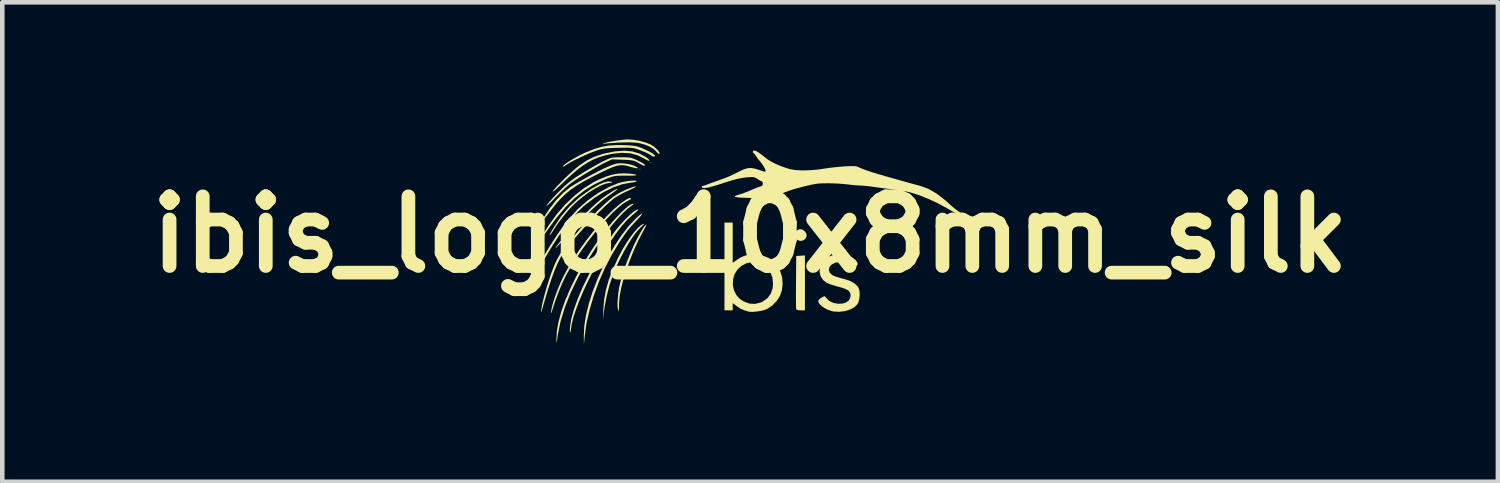
<source format=kicad_pcb>
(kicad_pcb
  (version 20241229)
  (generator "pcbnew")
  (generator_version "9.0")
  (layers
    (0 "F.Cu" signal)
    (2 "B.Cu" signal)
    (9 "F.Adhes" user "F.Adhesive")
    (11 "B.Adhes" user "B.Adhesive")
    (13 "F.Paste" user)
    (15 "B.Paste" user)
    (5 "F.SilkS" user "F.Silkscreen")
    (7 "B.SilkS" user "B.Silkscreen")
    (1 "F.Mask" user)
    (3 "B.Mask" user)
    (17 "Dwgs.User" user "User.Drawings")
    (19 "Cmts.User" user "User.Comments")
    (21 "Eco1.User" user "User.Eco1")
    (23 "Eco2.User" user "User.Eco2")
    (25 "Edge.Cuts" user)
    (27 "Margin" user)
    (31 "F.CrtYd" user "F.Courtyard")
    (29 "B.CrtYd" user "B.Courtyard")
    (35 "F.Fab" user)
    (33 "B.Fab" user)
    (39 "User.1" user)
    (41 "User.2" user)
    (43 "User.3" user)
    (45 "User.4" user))
  (footprint "ibis_logo_10x8mm_silk"
    (layer "F.Cu")
    (at 13.36 2.08)
    (property "Reference" "ibis_logo_10x8mm_silk" (at 0 0 0) (layer "F.SilkS") (effects (font (size 1.524 1.524) (thickness 0.3))))
    (attr board_only exclude_from_pos_files exclude_from_bom)
    (fp_poly (pts (xy -2.4 -1.43) (xy -2.41 -1.42) (xy -2.42 -1.43) (xy -2.41 -1.44)) (stroke (width 0) (type solid)) (fill yes) (layer "F.SilkS"))
    (fp_poly (pts (xy -2.16 -1.57) (xy -2.17 -1.56) (xy -2.18 -1.57) (xy -2.17 -1.58)) (stroke (width 0) (type solid)) (fill yes) (layer "F.SilkS"))
    (fp_poly (pts (xy 1.138 -0.11) (xy 1.187 -0.079) (xy 1.231 -0.024) (xy 1.236 0.038) (xy 1.209 0.096) (xy 1.163 0.13) (xy 1.102 0.14) (xy 1.042 0.125) (xy 1.013 0.103) (xy 0.984 0.048) (xy 0.982 -0.016) (xy 1.006 -0.071) (xy 1.024 -0.089) (xy 1.083 -0.117)) (stroke (width 0) (type solid)) (fill yes) (layer "F.SilkS"))
    (fp_poly (pts (xy 1.2 1.66) (xy 1.109 1.66) (xy 1.048 1.655) (xy 1.013 1.64) (xy 1.009 1.635) (xy 1.007 1.609) (xy 1.005 1.548) (xy 1.004 1.458) (xy 1.003 1.344) (xy 1.004 1.212) (xy 1.004 1.066) (xy 1.005 1.04) (xy 1.01 0.47) (xy 1.2 0.458)) (stroke (width 0) (type solid)) (fill yes) (layer "F.SilkS"))
    (fp_poly (pts (xy -2.325 -0.224) (xy -2.354 -0.191) (xy -2.401 -0.147) (xy -2.478 -0.064) (xy -2.564 0.05) (xy -2.654 0.189) (xy -2.746 0.346) (xy -2.836 0.516) (xy -2.919 0.691) (xy -2.992 0.865) (xy -3.01 0.91) (xy -3.078 1.117) (xy -3.136 1.343) (xy -3.18 1.57) (xy -3.199 1.701) (xy -3.218 1.87) (xy -3.21 1.64) (xy -3.193 1.425) (xy -3.153 1.211) (xy -3.09 0.989) (xy -3 0.755) (xy -2.883 0.5) (xy -2.882 0.499) (xy -2.8 0.343) (xy -2.712 0.195) (xy -2.622 0.061) (xy -2.534 -0.054) (xy -2.452 -0.146) (xy -2.381 -0.207) (xy -2.358 -0.221) (xy -2.326 -0.234)) (stroke (width 0) (type solid)) (fill yes) (layer "F.SilkS"))
    (fp_poly (pts (xy -3.043 -1.156) (xy -3.016 -1.146) (xy -3.022 -1.135) (xy -3.064 -1.128) (xy -3.079 -1.127) (xy -3.164 -1.111) (xy -3.27 -1.069) (xy -3.39 -1.006) (xy -3.519 -0.926) (xy -3.649 -0.832) (xy -3.775 -0.729) (xy -3.887 -0.625) (xy -3.989 -0.514) (xy -4.096 -0.385) (xy -4.198 -0.251) (xy -4.285 -0.124) (xy -4.327 -0.055) (xy -4.356 -0.009) (xy -4.379 0.017) (xy -4.385 0.02) (xy -4.382 0.004) (xy -4.362 -0.038) (xy -4.329 -0.1) (xy -4.308 -0.135) (xy -4.135 -0.397) (xy -3.94 -0.625) (xy -3.722 -0.824) (xy -3.477 -0.996) (xy -3.309 -1.091) (xy -3.207 -1.137) (xy -3.123 -1.158) (xy -3.1 -1.16)) (stroke (width 0) (type solid)) (fill yes) (layer "F.SilkS"))
    (fp_poly (pts (xy -2.367 -0.439) (xy -2.4 -0.396) (xy -2.464 -0.327) (xy -2.466 -0.325) (xy -2.547 -0.24) (xy -2.615 -0.165) (xy -2.677 -0.089) (xy -2.74 -0.004) (xy -2.812 0.1) (xy -2.865 0.18) (xy -3.027 0.447) (xy -3.176 0.735) (xy -3.309 1.038) (xy -3.422 1.346) (xy -3.513 1.653) (xy -3.58 1.95) (xy -3.617 2.22) (xy -3.635 2.41) (xy -3.637 2.203) (xy -3.626 1.993) (xy -3.588 1.76) (xy -3.527 1.512) (xy -3.445 1.253) (xy -3.344 0.99) (xy -3.228 0.729) (xy -3.098 0.475) (xy -2.958 0.235) (xy -2.809 0.013) (xy -2.656 -0.184) (xy -2.504 -0.345) (xy -2.432 -0.41) (xy -2.384 -0.447) (xy -2.361 -0.457)) (stroke (width 0) (type solid)) (fill yes) (layer "F.SilkS"))
    (fp_poly (pts (xy -2.547 -2.071) (xy -2.416 -2.048) (xy -2.29 -2.014) (xy -2.186 -1.973) (xy -2.182 -1.971) (xy -2.118 -1.932) (xy -2.058 -1.883) (xy -2.009 -1.833) (xy -1.983 -1.791) (xy -1.98 -1.778) (xy -1.99 -1.76) (xy -2.016 -1.774) (xy -2.054 -1.817) (xy -2.058 -1.822) (xy -2.119 -1.878) (xy -2.212 -1.93) (xy -2.328 -1.974) (xy -2.438 -2.001) (xy -2.522 -2.011) (xy -2.637 -2.016) (xy -2.775 -2.014) (xy -2.928 -2.008) (xy -3.089 -1.996) (xy -3.15 -1.99) (xy -3.205 -1.985) (xy -3.223 -1.986) (xy -3.208 -1.994) (xy -3.19 -2) (xy -3.123 -2.018) (xy -3.029 -2.036) (xy -2.922 -2.054) (xy -2.815 -2.068) (xy -2.721 -2.078) (xy -2.666 -2.08)) (stroke (width 0) (type solid)) (fill yes) (layer "F.SilkS"))
    (fp_poly (pts (xy -2.901 -0.995) (xy -2.918 -0.975) (xy -2.962 -0.94) (xy -3.032 -0.89) (xy -3.069 -0.865) (xy -3.217 -0.756) (xy -3.383 -0.615) (xy -3.564 -0.443) (xy -3.76 -0.242) (xy -3.966 -0.015) (xy -3.983 0.005) (xy -4.065 0.098) (xy -4.138 0.178) (xy -4.197 0.242) (xy -4.238 0.285) (xy -4.259 0.304) (xy -4.26 0.304) (xy -4.247 0.278) (xy -4.211 0.228) (xy -4.156 0.157) (xy -4.086 0.073) (xy -4.005 -0.022) (xy -3.918 -0.122) (xy -3.828 -0.222) (xy -3.74 -0.318) (xy -3.658 -0.404) (xy -3.621 -0.441) (xy -3.48 -0.579) (xy -3.357 -0.691) (xy -3.245 -0.785) (xy -3.136 -0.864) (xy -3.024 -0.937) (xy -3.023 -0.937) (xy -2.952 -0.978) (xy -2.912 -0.996)) (stroke (width 0) (type solid)) (fill yes) (layer "F.SilkS"))
    (fp_poly (pts (xy -2.269 -0.215) (xy -2.274 -0.195) (xy -2.296 -0.149) (xy -2.33 -0.085) (xy -2.349 -0.05) (xy -2.447 0.136) (xy -2.544 0.35) (xy -2.637 0.582) (xy -2.711 0.79) (xy -2.775 0.997) (xy -2.821 1.177) (xy -2.851 1.338) (xy -2.865 1.488) (xy -2.866 1.524) (xy -2.868 1.597) (xy -2.871 1.652) (xy -2.872 1.679) (xy -2.873 1.68) (xy -2.881 1.664) (xy -2.888 1.648) (xy -2.898 1.594) (xy -2.9 1.51) (xy -2.895 1.406) (xy -2.884 1.292) (xy -2.867 1.176) (xy -2.859 1.135) (xy -2.817 0.963) (xy -2.756 0.769) (xy -2.681 0.562) (xy -2.595 0.354) (xy -2.52 0.19) (xy -2.465 0.081) (xy -2.411 -0.019) (xy -2.361 -0.103) (xy -2.319 -0.168) (xy -2.287 -0.207) (xy -2.269 -0.215)) (stroke (width 0) (type solid)) (fill yes) (layer "F.SilkS"))
    (fp_poly (pts (xy -2.557 -0.657) (xy -2.594 -0.629) (xy -2.683 -0.561) (xy -2.787 -0.463) (xy -2.902 -0.341) (xy -3.023 -0.199) (xy -3.146 -0.043) (xy -3.267 0.123) (xy -3.333 0.22) (xy -3.566 0.587) (xy -3.764 0.939) (xy -3.926 1.276) (xy -4.054 1.6) (xy -4.149 1.912) (xy -4.21 2.213) (xy -4.226 2.34) (xy -4.231 2.366) (xy -4.234 2.352) (xy -4.237 2.299) (xy -4.237 2.298) (xy -4.227 2.114) (xy -4.19 1.906) (xy -4.128 1.678) (xy -4.04 1.433) (xy -3.93 1.176) (xy -3.799 0.909) (xy -3.649 0.637) (xy -3.48 0.363) (xy -3.296 0.09) (xy -3.201 -0.04) (xy -3.112 -0.155) (xy -3.016 -0.27) (xy -2.918 -0.379) (xy -2.823 -0.478) (xy -2.737 -0.56) (xy -2.666 -0.62) (xy -2.623 -0.648) (xy -2.572 -0.671) (xy -2.549 -0.673)) (stroke (width 0) (type solid)) (fill yes) (layer "F.SilkS"))
    (fp_poly (pts (xy -2.576 -1.817) (xy -2.418 -1.77) (xy -2.278 -1.693) (xy -2.24 -1.664) (xy -2.205 -1.63) (xy -2.201 -1.613) (xy -2.224 -1.615) (xy -2.269 -1.634) (xy -2.311 -1.658) (xy -2.461 -1.733) (xy -2.625 -1.776) (xy -2.808 -1.787) (xy -3.01 -1.766) (xy -3.165 -1.732) (xy -3.298 -1.693) (xy -3.421 -1.644) (xy -3.542 -1.582) (xy -3.664 -1.503) (xy -3.794 -1.404) (xy -3.935 -1.282) (xy -4.095 -1.132) (xy -4.145 -1.083) (xy -4.211 -1.02) (xy -4.266 -0.971) (xy -4.304 -0.943) (xy -4.32 -0.937) (xy -4.32 -0.938) (xy -4.306 -0.963) (xy -4.267 -1.009) (xy -4.209 -1.072) (xy -4.137 -1.145) (xy -4.056 -1.225) (xy -3.972 -1.305) (xy -3.889 -1.381) (xy -3.813 -1.448) (xy -3.749 -1.5) (xy -3.74 -1.507) (xy -3.578 -1.616) (xy -3.415 -1.697) (xy -3.233 -1.759) (xy -3.182 -1.773) (xy -2.956 -1.818) (xy -2.755 -1.833)) (stroke (width 0) (type solid)) (fill yes) (layer "F.SilkS"))
    (fp_poly (pts (xy -2.714 -1.336) (xy -2.628 -1.33) (xy -2.554 -1.322) (xy -2.504 -1.311) (xy -2.493 -1.307) (xy -2.487 -1.298) (xy -2.51 -1.292) (xy -2.564 -1.288) (xy -2.653 -1.287) (xy -2.713 -1.287) (xy -2.82 -1.287) (xy -2.899 -1.284) (xy -2.961 -1.278) (xy -3.017 -1.265) (xy -3.078 -1.244) (xy -3.155 -1.215) (xy -3.398 -1.102) (xy -3.625 -0.963) (xy -3.84 -0.793) (xy -4.045 -0.59) (xy -4.245 -0.352) (xy -4.346 -0.215) (xy -4.422 -0.109) (xy -4.478 -0.032) (xy -4.517 0.019) (xy -4.542 0.048) (xy -4.555 0.057) (xy -4.56 0.052) (xy -4.56 0.048) (xy -4.55 0.028) (xy -4.521 -0.019) (xy -4.477 -0.088) (xy -4.423 -0.172) (xy -4.387 -0.227) (xy -4.225 -0.45) (xy -4.043 -0.658) (xy -3.846 -0.846) (xy -3.642 -1.008) (xy -3.434 -1.139) (xy -3.318 -1.198) (xy -3.157 -1.265) (xy -3.017 -1.308) (xy -2.885 -1.332) (xy -2.751 -1.338)) (stroke (width 0) (type solid)) (fill yes) (layer "F.SilkS"))
    (fp_poly (pts (xy -2.601 -0.793) (xy -2.611 -0.774) (xy -2.651 -0.748) (xy -2.676 -0.735) (xy -2.77 -0.68) (xy -2.879 -0.593) (xy -3.001 -0.481) (xy -3.132 -0.345) (xy -3.269 -0.192) (xy -3.408 -0.025) (xy -3.546 0.152) (xy -3.679 0.335) (xy -3.804 0.519) (xy -3.917 0.699) (xy -4.015 0.873) (xy -4.048 0.937) (xy -4.119 1.089) (xy -4.191 1.263) (xy -4.258 1.443) (xy -4.31 1.6) (xy -4.333 1.677) (xy -4.348 1.717) (xy -4.354 1.725) (xy -4.354 1.701) (xy -4.351 1.673) (xy -4.334 1.582) (xy -4.302 1.466) (xy -4.257 1.331) (xy -4.203 1.187) (xy -4.142 1.044) (xy -4.091 0.933) (xy -3.989 0.741) (xy -3.869 0.541) (xy -3.735 0.338) (xy -3.589 0.137) (xy -3.437 -0.058) (xy -3.282 -0.241) (xy -3.129 -0.407) (xy -2.981 -0.553) (xy -2.842 -0.672) (xy -2.72 -0.757) (xy -2.67 -0.784) (xy -2.631 -0.799) (xy -2.625 -0.8)) (stroke (width 0) (type solid)) (fill yes) (layer "F.SilkS"))
    (fp_poly (pts (xy -2.444 -0.546) (xy -2.46 -0.523) (xy -2.506 -0.481) (xy -2.552 -0.443) (xy -2.677 -0.331) (xy -2.808 -0.186) (xy -2.944 -0.008) (xy -3.088 0.204) (xy -3.241 0.453) (xy -3.339 0.625) (xy -3.454 0.838) (xy -3.56 1.051) (xy -3.657 1.261) (xy -3.741 1.461) (xy -3.811 1.648) (xy -3.865 1.814) (xy -3.901 1.956) (xy -3.912 2.026) (xy -3.923 2.103) (xy -3.934 2.141) (xy -3.941 2.142) (xy -3.943 2.105) (xy -3.94 2.033) (xy -3.938 2.011) (xy -3.91 1.842) (xy -3.856 1.646) (xy -3.775 1.421) (xy -3.729 1.307) (xy -3.648 1.124) (xy -3.55 0.925) (xy -3.441 0.717) (xy -3.326 0.509) (xy -3.209 0.31) (xy -3.096 0.129) (xy -2.99 -0.025) (xy -2.965 -0.06) (xy -2.893 -0.15) (xy -2.811 -0.245) (xy -2.725 -0.336) (xy -2.641 -0.418) (xy -2.567 -0.483) (xy -2.51 -0.525) (xy -2.502 -0.529) (xy -2.457 -0.549)) (stroke (width 0) (type solid)) (fill yes) (layer "F.SilkS"))
    (fp_poly (pts (xy -2.485 -1.172) (xy -2.48 -1.166) (xy -2.498 -1.154) (xy -2.546 -1.142) (xy -2.614 -1.133) (xy -2.616 -1.133) (xy -2.798 -1.099) (xy -2.992 -1.032) (xy -3.194 -0.933) (xy -3.399 -0.805) (xy -3.603 -0.65) (xy -3.644 -0.616) (xy -3.766 -0.498) (xy -3.898 -0.349) (xy -4.037 -0.173) (xy -4.179 0.023) (xy -4.319 0.236) (xy -4.454 0.458) (xy -4.58 0.685) (xy -4.618 0.759) (xy -4.671 0.862) (xy -4.718 0.951) (xy -4.755 1.021) (xy -4.78 1.065) (xy -4.79 1.08) (xy -4.79 1.063) (xy -4.779 1.023) (xy -4.777 1.015) (xy -4.733 0.903) (xy -4.669 0.765) (xy -4.587 0.609) (xy -4.492 0.441) (xy -4.388 0.267) (xy -4.277 0.093) (xy -4.165 -0.073) (xy -4.055 -0.227) (xy -3.972 -0.333) (xy -3.777 -0.548) (xy -3.56 -0.74) (xy -3.327 -0.906) (xy -3.085 -1.04) (xy -2.887 -1.122) (xy -2.817 -1.142) (xy -2.737 -1.158) (xy -2.654 -1.171) (xy -2.579 -1.178) (xy -2.519 -1.178)) (stroke (width 0) (type solid)) (fill yes) (layer "F.SilkS"))
    (fp_poly (pts (xy -2.771 -1.556) (xy -2.651 -1.539) (xy -2.545 -1.508) (xy -2.53 -1.501) (xy -2.473 -1.472) (xy -2.453 -1.454) (xy -2.466 -1.447) (xy -2.51 -1.453) (xy -2.584 -1.471) (xy -2.62 -1.481) (xy -2.702 -1.504) (xy -2.775 -1.516) (xy -2.845 -1.515) (xy -2.92 -1.502) (xy -3.007 -1.473) (xy -3.113 -1.428) (xy -3.245 -1.365) (xy -3.272 -1.353) (xy -3.476 -1.25) (xy -3.649 -1.157) (xy -3.796 -1.068) (xy -3.923 -0.98) (xy -4.037 -0.887) (xy -4.142 -0.785) (xy -4.245 -0.67) (xy -4.352 -0.536) (xy -4.384 -0.495) (xy -4.463 -0.391) (xy -4.522 -0.318) (xy -4.559 -0.275) (xy -4.575 -0.263) (xy -4.568 -0.282) (xy -4.539 -0.334) (xy -4.538 -0.335) (xy -4.392 -0.558) (xy -4.241 -0.752) (xy -4.088 -0.912) (xy -3.937 -1.034) (xy -3.845 -1.093) (xy -3.727 -1.163) (xy -3.592 -1.239) (xy -3.45 -1.316) (xy -3.311 -1.388) (xy -3.184 -1.45) (xy -3.079 -1.497) (xy -3.061 -1.505) (xy -2.976 -1.536) (xy -2.91 -1.553) (xy -2.845 -1.558)) (stroke (width 0) (type solid)) (fill yes) (layer "F.SilkS"))
    (fp_poly (pts (xy -2.78 -1.956) (xy -2.665 -1.951) (xy -2.579 -1.945) (xy -2.513 -1.936) (xy -2.455 -1.922) (xy -2.396 -1.901) (xy -2.37 -1.891) (xy -2.271 -1.847) (xy -2.186 -1.804) (xy -2.122 -1.764) (xy -2.086 -1.733) (xy -2.08 -1.72) (xy -2.093 -1.701) (xy -2.131 -1.71) (xy -2.182 -1.741) (xy -2.228 -1.768) (xy -2.299 -1.801) (xy -2.381 -1.834) (xy -2.405 -1.843) (xy -2.468 -1.866) (xy -2.52 -1.882) (xy -2.569 -1.892) (xy -2.625 -1.897) (xy -2.695 -1.899) (xy -2.79 -1.898) (xy -2.89 -1.896) (xy -3.016 -1.892) (xy -3.112 -1.887) (xy -3.186 -1.879) (xy -3.249 -1.868) (xy -3.309 -1.852) (xy -3.37 -1.832) (xy -3.472 -1.794) (xy -3.59 -1.744) (xy -3.712 -1.688) (xy -3.828 -1.632) (xy -3.929 -1.579) (xy -4.003 -1.534) (xy -4.006 -1.532) (xy -4.063 -1.495) (xy -4.092 -1.482) (xy -4.095 -1.491) (xy -4.089 -1.502) (xy -4.059 -1.531) (xy -4.001 -1.573) (xy -3.923 -1.623) (xy -3.831 -1.676) (xy -3.735 -1.729) (xy -3.641 -1.776) (xy -3.596 -1.796) (xy -3.413 -1.869) (xy -3.246 -1.918) (xy -3.079 -1.947) (xy -2.9 -1.957)) (stroke (width 0) (type solid)) (fill yes) (layer "F.SilkS"))
    (fp_poly (pts (xy -2.497 -1.048) (xy -2.515 -1.033) (xy -2.56 -1.008) (xy -2.629 -0.975) (xy -2.682 -0.952) (xy -2.777 -0.907) (xy -2.873 -0.855) (xy -2.955 -0.804) (xy -2.977 -0.789) (xy -3.071 -0.711) (xy -3.184 -0.607) (xy -3.311 -0.483) (xy -3.446 -0.345) (xy -3.584 -0.199) (xy -3.719 -0.05) (xy -3.846 0.096) (xy -3.96 0.233) (xy -4.054 0.356) (xy -4.069 0.376) (xy -4.136 0.482) (xy -4.204 0.616) (xy -4.274 0.779) (xy -4.346 0.975) (xy -4.421 1.204) (xy -4.501 1.471) (xy -4.529 1.57) (xy -4.551 1.648) (xy -4.565 1.691) (xy -4.571 1.699) (xy -4.571 1.675) (xy -4.569 1.65) (xy -4.552 1.546) (xy -4.522 1.415) (xy -4.482 1.265) (xy -4.435 1.106) (xy -4.384 0.947) (xy -4.331 0.797) (xy -4.279 0.666) (xy -4.236 0.571) (xy -4.199 0.501) (xy -4.158 0.432) (xy -4.109 0.36) (xy -4.049 0.278) (xy -3.972 0.18) (xy -3.874 0.061) (xy -3.826 0.004) (xy -3.712 -0.127) (xy -3.586 -0.265) (xy -3.453 -0.403) (xy -3.321 -0.535) (xy -3.194 -0.655) (xy -3.081 -0.755) (xy -3 -0.821) (xy -2.865 -0.908) (xy -2.708 -0.985) (xy -2.555 -1.041) (xy -2.509 -1.052)) (stroke (width 0) (type solid)) (fill yes) (layer "F.SilkS"))
    (fp_poly (pts (xy -0.38 0.62) (xy -0.285 0.553) (xy -0.191 0.494) (xy -0.1 0.459) (xy 0.001 0.443) (xy 0.125 0.444) (xy 0.128 0.444) (xy 0.285 0.466) (xy 0.416 0.517) (xy 0.523 0.599) (xy 0.612 0.714) (xy 0.658 0.8) (xy 0.7 0.933) (xy 0.712 1.079) (xy 0.695 1.225) (xy 0.653 1.346) (xy 0.58 1.459) (xy 0.484 1.556) (xy 0.376 1.627) (xy 0.324 1.649) (xy 0.244 1.67) (xy 0.151 1.685) (xy 0.062 1.693) (xy -0.01 1.691) (xy -0.03 1.688) (xy -0.132 1.657) (xy -0.213 1.621) (xy -0.288 1.571) (xy -0.291 1.568) (xy -0.38 1.5) (xy -0.38 1.66) (xy -0.56 1.66) (xy -0.56 1.099) (xy -0.378 1.099) (xy -0.355 1.213) (xy -0.305 1.318) (xy -0.225 1.408) (xy -0.142 1.464) (xy -0.016 1.512) (xy 0.108 1.519) (xy 0.232 1.488) (xy 0.28 1.465) (xy 0.384 1.39) (xy 0.455 1.292) (xy 0.495 1.17) (xy 0.502 1.072) (xy 0.486 0.932) (xy 0.439 0.812) (xy 0.367 0.717) (xy 0.273 0.648) (xy 0.162 0.609) (xy 0.038 0.604) (xy -0.082 0.631) (xy -0.194 0.689) (xy -0.28 0.772) (xy -0.34 0.872) (xy -0.372 0.983) (xy -0.378 1.099) (xy -0.56 1.099) (xy -0.56 -0.26) (xy -0.38 -0.26)) (stroke (width 0) (type solid)) (fill yes) (layer "F.SilkS"))
    (fp_poly (pts (xy -2.723 -1.689) (xy -2.654 -1.685) (xy -2.598 -1.675) (xy -2.542 -1.656) (xy -2.475 -1.626) (xy -2.455 -1.616) (xy -2.385 -1.581) (xy -2.331 -1.549) (xy -2.303 -1.526) (xy -2.3 -1.521) (xy -2.305 -1.505) (xy -2.322 -1.504) (xy -2.36 -1.52) (xy -2.424 -1.554) (xy -2.44 -1.564) (xy -2.49 -1.591) (xy -2.535 -1.61) (xy -2.584 -1.621) (xy -2.648 -1.629) (xy -2.738 -1.634) (xy -2.785 -1.635) (xy -3.02 -1.644) (xy -3.169 -1.574) (xy -3.262 -1.526) (xy -3.377 -1.462) (xy -3.506 -1.387) (xy -3.639 -1.307) (xy -3.765 -1.227) (xy -3.875 -1.154) (xy -3.913 -1.128) (xy -3.97 -1.083) (xy -4.046 -1.015) (xy -4.133 -0.934) (xy -4.222 -0.845) (xy -4.261 -0.806) (xy -4.343 -0.721) (xy -4.403 -0.663) (xy -4.44 -0.631) (xy -4.453 -0.628) (xy -4.448 -0.64) (xy -4.421 -0.677) (xy -4.371 -0.737) (xy -4.304 -0.81) (xy -4.227 -0.892) (xy -4.18 -0.94) (xy -4.082 -1.036) (xy -3.997 -1.113) (xy -3.915 -1.179) (xy -3.824 -1.244) (xy -3.714 -1.315) (xy -3.66 -1.348) (xy -3.548 -1.416) (xy -3.433 -1.482) (xy -3.325 -1.543) (xy -3.234 -1.591) (xy -3.2 -1.608) (xy -3.122 -1.645) (xy -3.063 -1.669) (xy -3.009 -1.682) (xy -2.947 -1.688) (xy -2.864 -1.69) (xy -2.82 -1.69)) (stroke (width 0) (type solid)) (fill yes) (layer "F.SilkS"))
    (fp_poly (pts (xy 2.103 0.453) (xy 2.216 0.49) (xy 2.3 0.551) (xy 2.317 0.57) (xy 2.35 0.621) (xy 2.354 0.657) (xy 2.325 0.691) (xy 2.288 0.717) (xy 2.216 0.763) (xy 2.152 0.693) (xy 2.069 0.63) (xy 1.974 0.604) (xy 1.87 0.616) (xy 1.852 0.622) (xy 1.777 0.663) (xy 1.734 0.718) (xy 1.723 0.779) (xy 1.745 0.839) (xy 1.802 0.89) (xy 1.815 0.897) (xy 1.873 0.921) (xy 1.953 0.946) (xy 2.038 0.968) (xy 2.04 0.969) (xy 2.176 1.01) (xy 2.282 1.068) (xy 2.355 1.138) (xy 2.374 1.167) (xy 2.394 1.237) (xy 2.398 1.326) (xy 2.388 1.418) (xy 2.365 1.497) (xy 2.349 1.526) (xy 2.281 1.592) (xy 2.184 1.643) (xy 2.07 1.677) (xy 1.948 1.692) (xy 1.828 1.685) (xy 1.779 1.674) (xy 1.673 1.634) (xy 1.582 1.58) (xy 1.518 1.519) (xy 1.511 1.508) (xy 1.491 1.468) (xy 1.498 1.435) (xy 1.534 1.402) (xy 1.576 1.375) (xy 1.617 1.353) (xy 1.641 1.355) (xy 1.663 1.383) (xy 1.668 1.39) (xy 1.732 1.453) (xy 1.82 1.496) (xy 1.922 1.516) (xy 2.025 1.511) (xy 2.089 1.492) (xy 2.158 1.447) (xy 2.193 1.382) (xy 2.2 1.323) (xy 2.189 1.272) (xy 2.155 1.23) (xy 2.091 1.194) (xy 1.995 1.16) (xy 1.928 1.142) (xy 1.839 1.117) (xy 1.756 1.09) (xy 1.692 1.066) (xy 1.68 1.06) (xy 1.597 0.997) (xy 1.542 0.911) (xy 1.52 0.812) (xy 1.52 0.804) (xy 1.536 0.683) (xy 1.585 0.586) (xy 1.665 0.513) (xy 1.774 0.464) (xy 1.911 0.442) (xy 1.96 0.441)) (stroke (width 0) (type solid)) (fill yes) (layer "F.SilkS"))
    (fp_poly (pts (xy 0.111 -1.834) (xy 0.168 -1.806) (xy 0.22 -1.769) (xy 0.288 -1.717) (xy 0.358 -1.663) (xy 0.386 -1.641) (xy 0.46 -1.595) (xy 0.56 -1.544) (xy 0.676 -1.495) (xy 0.796 -1.453) (xy 0.872 -1.43) (xy 0.991 -1.41) (xy 1.138 -1.402) (xy 1.305 -1.405) (xy 1.481 -1.42) (xy 1.603 -1.438) (xy 1.723 -1.456) (xy 1.863 -1.472) (xy 2 -1.485) (xy 2.073 -1.49) (xy 2.178 -1.495) (xy 2.253 -1.496) (xy 2.306 -1.493) (xy 2.346 -1.484) (xy 2.383 -1.469) (xy 2.393 -1.464) (xy 2.456 -1.437) (xy 2.544 -1.404) (xy 2.66 -1.365) (xy 2.808 -1.32) (xy 2.99 -1.267) (xy 3.09 -1.239) (xy 3.203 -1.207) (xy 3.311 -1.177) (xy 3.403 -1.151) (xy 3.471 -1.131) (xy 3.49 -1.126) (xy 3.562 -1.106) (xy 3.652 -1.082) (xy 3.737 -1.059) (xy 3.904 -0.997) (xy 4.079 -0.896) (xy 4.263 -0.755) (xy 4.35 -0.677) (xy 4.423 -0.612) (xy 4.49 -0.556) (xy 4.543 -0.516) (xy 4.572 -0.499) (xy 4.607 -0.475) (xy 4.613 -0.446) (xy 4.589 -0.427) (xy 4.566 -0.435) (xy 4.515 -0.46) (xy 4.442 -0.498) (xy 4.353 -0.548) (xy 4.29 -0.584) (xy 4.1 -0.687) (xy 3.905 -0.778) (xy 3.713 -0.855) (xy 3.532 -0.914) (xy 3.371 -0.951) (xy 3.328 -0.958) (xy 3.241 -0.97) (xy 3.13 -0.984) (xy 3.012 -1) (xy 2.93 -1.011) (xy 2.828 -1.024) (xy 2.732 -1.037) (xy 2.655 -1.048) (xy 2.61 -1.054) (xy 2.544 -1.062) (xy 2.46 -1.068) (xy 2.41 -1.071) (xy 2.33 -1.075) (xy 2.231 -1.084) (xy 2.132 -1.096) (xy 2.12 -1.097) (xy 2.029 -1.106) (xy 1.913 -1.114) (xy 1.791 -1.119) (xy 1.7 -1.12) (xy 1.601 -1.119) (xy 1.519 -1.116) (xy 1.444 -1.108) (xy 1.364 -1.094) (xy 1.269 -1.073) (xy 1.148 -1.043) (xy 1.13 -1.038) (xy 0.976 -0.997) (xy 0.848 -0.956) (xy 0.732 -0.912) (xy 0.614 -0.86) (xy 0.57 -0.838) (xy 0.46 -0.784) (xy 0.38 -0.748) (xy 0.327 -0.728) (xy 0.295 -0.722) (xy 0.282 -0.729) (xy 0.28 -0.737) (xy 0.261 -0.757) (xy 0.207 -0.775) (xy 0.124 -0.789) (xy 0.018 -0.798) (xy -0.084 -0.802) (xy -0.205 -0.806) (xy -0.286 -0.814) (xy -0.328 -0.824) (xy -0.332 -0.838) (xy -0.297 -0.856) (xy -0.224 -0.878) (xy -0.22 -0.879) (xy -0.157 -0.899) (xy -0.075 -0.93) (xy 0.011 -0.966) (xy 0.02 -0.97) (xy 0.098 -1.003) (xy 0.168 -1.031) (xy 0.218 -1.047) (xy 0.225 -1.049) (xy 0.267 -1.067) (xy 0.28 -1.105) (xy 0.28 -1.11) (xy 0.273 -1.148) (xy 0.261 -1.16) (xy 0.234 -1.171) (xy 0.189 -1.197) (xy 0.166 -1.212) (xy 0.121 -1.24) (xy 0.081 -1.254) (xy 0.032 -1.257) (xy -0.043 -1.252) (xy -0.048 -1.252) (xy -0.131 -1.243) (xy -0.208 -1.231) (xy -0.287 -1.214) (xy -0.378 -1.19) (xy -0.489 -1.156) (xy -0.628 -1.111) (xy -0.63 -1.11) (xy -0.781 -1.063) (xy -0.896 -1.032) (xy -0.979 -1.017) (xy -1.032 -1.018) (xy -1.055 -1.034) (xy -1.055 -1.035) (xy -1.051 -1.058) (xy -1.043 -1.06) (xy -1.011 -1.067) (xy -0.966 -1.083) (xy -0.923 -1.099) (xy -0.854 -1.125) (xy -0.77 -1.155) (xy -0.725 -1.171) (xy -0.613 -1.211) (xy -0.527 -1.243) (xy -0.455 -1.273) (xy -0.387 -1.304) (xy -0.309 -1.342) (xy -0.24 -1.377) (xy -0.14 -1.424) (xy -0.058 -1.45) (xy 0.02 -1.455) (xy 0.107 -1.44) (xy 0.215 -1.407) (xy 0.227 -1.403) (xy 0.289 -1.382) (xy 0.323 -1.374) (xy 0.337 -1.38) (xy 0.34 -1.398) (xy 0.34 -1.399) (xy 0.328 -1.433) (xy 0.299 -1.487) (xy 0.258 -1.548) (xy 0.214 -1.605) (xy 0.187 -1.636) (xy 0.159 -1.671) (xy 0.127 -1.719) (xy 0.126 -1.721) (xy 0.099 -1.761) (xy 0.077 -1.78) (xy 0.076 -1.78) (xy 0.062 -1.796) (xy 0.06 -1.81) (xy 0.073 -1.836)) (stroke (width 0) (type solid)) (fill yes) (layer "F.SilkS")))
  (gr_rect
    (start -3 -3)
    (end 29.721 7.49)
    (stroke (width 0.1) (type default))
    (fill no)
    (layer "Edge.Cuts")))
</source>
